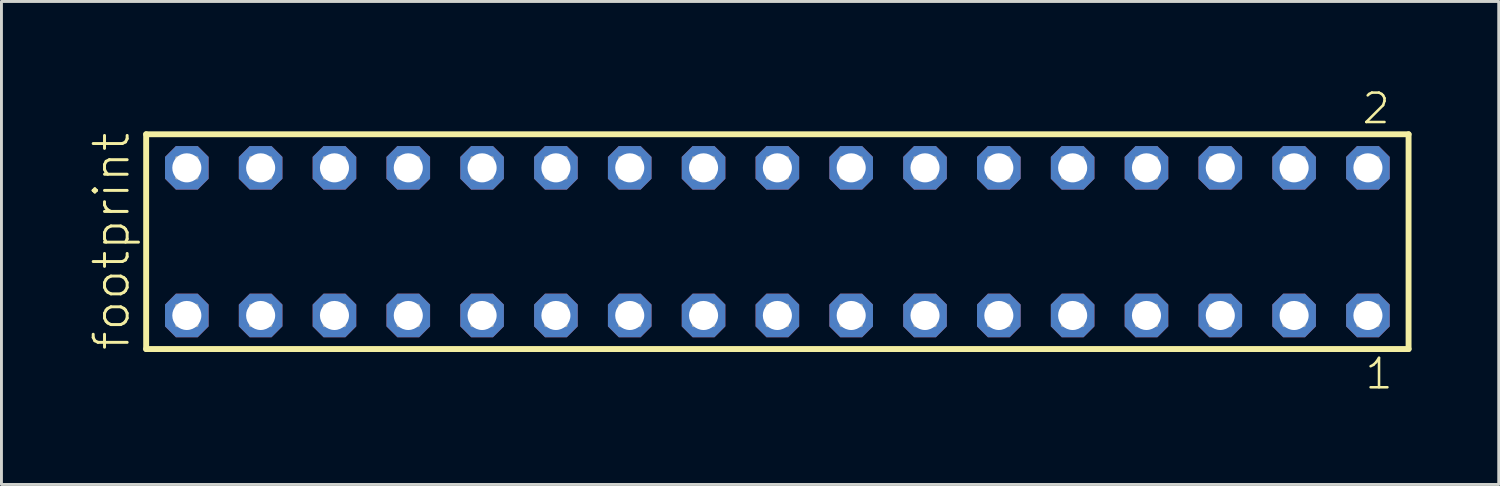
<source format=kicad_pcb>
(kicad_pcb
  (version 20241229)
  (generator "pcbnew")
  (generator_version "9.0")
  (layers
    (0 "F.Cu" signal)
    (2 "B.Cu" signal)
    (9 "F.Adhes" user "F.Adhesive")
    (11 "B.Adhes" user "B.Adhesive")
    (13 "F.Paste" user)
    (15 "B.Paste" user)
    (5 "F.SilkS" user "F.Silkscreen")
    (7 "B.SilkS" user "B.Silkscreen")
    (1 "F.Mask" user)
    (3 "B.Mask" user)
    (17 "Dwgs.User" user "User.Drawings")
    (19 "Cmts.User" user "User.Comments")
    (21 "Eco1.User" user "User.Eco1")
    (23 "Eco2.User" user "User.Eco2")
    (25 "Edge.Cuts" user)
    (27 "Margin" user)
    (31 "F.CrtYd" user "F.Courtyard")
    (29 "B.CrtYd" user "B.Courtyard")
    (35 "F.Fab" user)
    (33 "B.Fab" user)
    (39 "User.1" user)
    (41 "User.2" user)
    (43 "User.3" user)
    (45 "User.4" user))
  (footprint "footprint"
    (layer "F.Cu")
    (at 23.698 5.265)
    (property "Reference" "footprint" (at -22.225 3.81 90) (layer "F.SilkS") (effects (font (size 1.168 1.168) (thickness 0.102)) (justify left bottom)))
    (fp_line (start -21.719 -3.695) (end 21.719 -3.695) (stroke (width 0.203) (type solid)) (layer "F.SilkS"))
    (fp_line (start -21.719 3.695) (end -21.719 -3.695) (stroke (width 0.203) (type solid)) (layer "F.SilkS"))
    (fp_line (start 21.719 -3.695) (end 21.719 3.695) (stroke (width 0.203) (type solid)) (layer "F.SilkS"))
    (fp_line (start 21.719 3.695) (end -21.719 3.695) (stroke (width 0.203) (type solid)) (layer "F.SilkS"))
    (fp_poly (pts (xy -20.67 -2.19) (xy -19.97 -2.19) (xy -19.97 -2.89) (xy -20.67 -2.89)) (stroke (width 0.1) (type solid)) (fill no) (layer "F.Fab"))
    (fp_poly (pts (xy -20.67 2.89) (xy -19.97 2.89) (xy -19.97 2.19) (xy -20.67 2.19)) (stroke (width 0.1) (type solid)) (fill no) (layer "F.Fab"))
    (fp_poly (pts (xy -18.13 -2.19) (xy -17.43 -2.19) (xy -17.43 -2.89) (xy -18.13 -2.89)) (stroke (width 0.1) (type solid)) (fill no) (layer "F.Fab"))
    (fp_poly (pts (xy -18.13 2.89) (xy -17.43 2.89) (xy -17.43 2.19) (xy -18.13 2.19)) (stroke (width 0.1) (type solid)) (fill no) (layer "F.Fab"))
    (fp_poly (pts (xy -15.59 -2.19) (xy -14.89 -2.19) (xy -14.89 -2.89) (xy -15.59 -2.89)) (stroke (width 0.1) (type solid)) (fill no) (layer "F.Fab"))
    (fp_poly (pts (xy -15.59 2.89) (xy -14.89 2.89) (xy -14.89 2.19) (xy -15.59 2.19)) (stroke (width 0.1) (type solid)) (fill no) (layer "F.Fab"))
    (fp_poly (pts (xy -13.05 -2.19) (xy -12.35 -2.19) (xy -12.35 -2.89) (xy -13.05 -2.89)) (stroke (width 0.1) (type solid)) (fill no) (layer "F.Fab"))
    (fp_poly (pts (xy -13.05 2.89) (xy -12.35 2.89) (xy -12.35 2.19) (xy -13.05 2.19)) (stroke (width 0.1) (type solid)) (fill no) (layer "F.Fab"))
    (fp_poly (pts (xy -10.51 -2.19) (xy -9.81 -2.19) (xy -9.81 -2.89) (xy -10.51 -2.89)) (stroke (width 0.1) (type solid)) (fill no) (layer "F.Fab"))
    (fp_poly (pts (xy -10.51 2.89) (xy -9.81 2.89) (xy -9.81 2.19) (xy -10.51 2.19)) (stroke (width 0.1) (type solid)) (fill no) (layer "F.Fab"))
    (fp_poly (pts (xy -7.97 -2.19) (xy -7.27 -2.19) (xy -7.27 -2.89) (xy -7.97 -2.89)) (stroke (width 0.1) (type solid)) (fill no) (layer "F.Fab"))
    (fp_poly (pts (xy -7.97 2.89) (xy -7.27 2.89) (xy -7.27 2.19) (xy -7.97 2.19)) (stroke (width 0.1) (type solid)) (fill no) (layer "F.Fab"))
    (fp_poly (pts (xy -5.43 -2.19) (xy -4.73 -2.19) (xy -4.73 -2.89) (xy -5.43 -2.89)) (stroke (width 0.1) (type solid)) (fill no) (layer "F.Fab"))
    (fp_poly (pts (xy -5.43 2.89) (xy -4.73 2.89) (xy -4.73 2.19) (xy -5.43 2.19)) (stroke (width 0.1) (type solid)) (fill no) (layer "F.Fab"))
    (fp_poly (pts (xy -2.89 -2.19) (xy -2.19 -2.19) (xy -2.19 -2.89) (xy -2.89 -2.89)) (stroke (width 0.1) (type solid)) (fill no) (layer "F.Fab"))
    (fp_poly (pts (xy -2.89 2.89) (xy -2.19 2.89) (xy -2.19 2.19) (xy -2.89 2.19)) (stroke (width 0.1) (type solid)) (fill no) (layer "F.Fab"))
    (fp_poly (pts (xy -0.35 -2.19) (xy 0.35 -2.19) (xy 0.35 -2.89) (xy -0.35 -2.89)) (stroke (width 0.1) (type solid)) (fill no) (layer "F.Fab"))
    (fp_poly (pts (xy -0.35 2.89) (xy 0.35 2.89) (xy 0.35 2.19) (xy -0.35 2.19)) (stroke (width 0.1) (type solid)) (fill no) (layer "F.Fab"))
    (fp_poly (pts (xy 2.19 -2.19) (xy 2.89 -2.19) (xy 2.89 -2.89) (xy 2.19 -2.89)) (stroke (width 0.1) (type solid)) (fill no) (layer "F.Fab"))
    (fp_poly (pts (xy 2.19 2.89) (xy 2.89 2.89) (xy 2.89 2.19) (xy 2.19 2.19)) (stroke (width 0.1) (type solid)) (fill no) (layer "F.Fab"))
    (fp_poly (pts (xy 4.73 -2.19) (xy 5.43 -2.19) (xy 5.43 -2.89) (xy 4.73 -2.89)) (stroke (width 0.1) (type solid)) (fill no) (layer "F.Fab"))
    (fp_poly (pts (xy 4.73 2.89) (xy 5.43 2.89) (xy 5.43 2.19) (xy 4.73 2.19)) (stroke (width 0.1) (type solid)) (fill no) (layer "F.Fab"))
    (fp_poly (pts (xy 7.27 -2.19) (xy 7.97 -2.19) (xy 7.97 -2.89) (xy 7.27 -2.89)) (stroke (width 0.1) (type solid)) (fill no) (layer "F.Fab"))
    (fp_poly (pts (xy 7.27 2.89) (xy 7.97 2.89) (xy 7.97 2.19) (xy 7.27 2.19)) (stroke (width 0.1) (type solid)) (fill no) (layer "F.Fab"))
    (fp_poly (pts (xy 9.81 -2.19) (xy 10.51 -2.19) (xy 10.51 -2.89) (xy 9.81 -2.89)) (stroke (width 0.1) (type solid)) (fill no) (layer "F.Fab"))
    (fp_poly (pts (xy 9.81 2.89) (xy 10.51 2.89) (xy 10.51 2.19) (xy 9.81 2.19)) (stroke (width 0.1) (type solid)) (fill no) (layer "F.Fab"))
    (fp_poly (pts (xy 12.35 -2.19) (xy 13.05 -2.19) (xy 13.05 -2.89) (xy 12.35 -2.89)) (stroke (width 0.1) (type solid)) (fill no) (layer "F.Fab"))
    (fp_poly (pts (xy 12.35 2.89) (xy 13.05 2.89) (xy 13.05 2.19) (xy 12.35 2.19)) (stroke (width 0.1) (type solid)) (fill no) (layer "F.Fab"))
    (fp_poly (pts (xy 14.89 -2.19) (xy 15.59 -2.19) (xy 15.59 -2.89) (xy 14.89 -2.89)) (stroke (width 0.1) (type solid)) (fill no) (layer "F.Fab"))
    (fp_poly (pts (xy 14.89 2.89) (xy 15.59 2.89) (xy 15.59 2.19) (xy 14.89 2.19)) (stroke (width 0.1) (type solid)) (fill no) (layer "F.Fab"))
    (fp_poly (pts (xy 17.43 -2.19) (xy 18.13 -2.19) (xy 18.13 -2.89) (xy 17.43 -2.89)) (stroke (width 0.1) (type solid)) (fill no) (layer "F.Fab"))
    (fp_poly (pts (xy 17.43 2.89) (xy 18.13 2.89) (xy 18.13 2.19) (xy 17.43 2.19)) (stroke (width 0.1) (type solid)) (fill no) (layer "F.Fab"))
    (fp_poly (pts (xy 19.97 -2.19) (xy 20.67 -2.19) (xy 20.67 -2.89) (xy 19.97 -2.89)) (stroke (width 0.1) (type solid)) (fill no) (layer "F.Fab"))
    (fp_poly (pts (xy 19.97 2.89) (xy 20.67 2.89) (xy 20.67 2.19) (xy 19.97 2.19)) (stroke (width 0.1) (type solid)) (fill no) (layer "F.Fab"))
    (fp_text user "2" (at 20.062 -3.989 0) (layer "F.SilkS") (effects (font (size 1.012 1.012) (thickness 0.088)) (justify left bottom)))
    (fp_text user "1" (at 20.162 5.138 0) (layer "F.SilkS") (effects (font (size 1.012 1.012) (thickness 0.088)) (justify left bottom)))
    (pad "1" thru_hole roundrect (at 20.32 2.54 180) (size 1.5 1.5) (drill 1) (layers "*.Cu" "*.Mask") (roundrect_rratio 0.25) (chamfer_ratio 0.25) (chamfer top_left top_right bottom_left bottom_right))
    (pad "2" thru_hole roundrect (at 20.32 -2.54 180) (size 1.5 1.5) (drill 1) (layers "*.Cu" "*.Mask") (roundrect_rratio 0.25) (chamfer_ratio 0.25) (chamfer top_left top_right bottom_left bottom_right))
    (pad "3" thru_hole roundrect (at 17.78 2.54 180) (size 1.5 1.5) (drill 1) (layers "*.Cu" "*.Mask") (roundrect_rratio 0.25) (chamfer_ratio 0.25) (chamfer top_left top_right bottom_left bottom_right))
    (pad "4" thru_hole roundrect (at 17.78 -2.54 180) (size 1.5 1.5) (drill 1) (layers "*.Cu" "*.Mask") (roundrect_rratio 0.25) (chamfer_ratio 0.25) (chamfer top_left top_right bottom_left bottom_right))
    (pad "5" thru_hole roundrect (at 15.24 2.54 180) (size 1.5 1.5) (drill 1) (layers "*.Cu" "*.Mask") (roundrect_rratio 0.25) (chamfer_ratio 0.25) (chamfer top_left top_right bottom_left bottom_right))
    (pad "6" thru_hole roundrect (at 15.24 -2.54 180) (size 1.5 1.5) (drill 1) (layers "*.Cu" "*.Mask") (roundrect_rratio 0.25) (chamfer_ratio 0.25) (chamfer top_left top_right bottom_left bottom_right))
    (pad "7" thru_hole roundrect (at 12.7 2.54 180) (size 1.5 1.5) (drill 1) (layers "*.Cu" "*.Mask") (roundrect_rratio 0.25) (chamfer_ratio 0.25) (chamfer top_left top_right bottom_left bottom_right))
    (pad "8" thru_hole roundrect (at 12.7 -2.54 180) (size 1.5 1.5) (drill 1) (layers "*.Cu" "*.Mask") (roundrect_rratio 0.25) (chamfer_ratio 0.25) (chamfer top_left top_right bottom_left bottom_right))
    (pad "9" thru_hole roundrect (at 10.16 2.54 180) (size 1.5 1.5) (drill 1) (layers "*.Cu" "*.Mask") (roundrect_rratio 0.25) (chamfer_ratio 0.25) (chamfer top_left top_right bottom_left bottom_right))
    (pad "10" thru_hole roundrect (at 10.16 -2.54 180) (size 1.5 1.5) (drill 1) (layers "*.Cu" "*.Mask") (roundrect_rratio 0.25) (chamfer_ratio 0.25) (chamfer top_left top_right bottom_left bottom_right))
    (pad "11" thru_hole roundrect (at 7.62 2.54 180) (size 1.5 1.5) (drill 1) (layers "*.Cu" "*.Mask") (roundrect_rratio 0.25) (chamfer_ratio 0.25) (chamfer top_left top_right bottom_left bottom_right))
    (pad "12" thru_hole roundrect (at 7.62 -2.54 180) (size 1.5 1.5) (drill 1) (layers "*.Cu" "*.Mask") (roundrect_rratio 0.25) (chamfer_ratio 0.25) (chamfer top_left top_right bottom_left bottom_right))
    (pad "13" thru_hole roundrect (at 5.08 2.54 180) (size 1.5 1.5) (drill 1) (layers "*.Cu" "*.Mask") (roundrect_rratio 0.25) (chamfer_ratio 0.25) (chamfer top_left top_right bottom_left bottom_right))
    (pad "14" thru_hole roundrect (at 5.08 -2.54 180) (size 1.5 1.5) (drill 1) (layers "*.Cu" "*.Mask") (roundrect_rratio 0.25) (chamfer_ratio 0.25) (chamfer top_left top_right bottom_left bottom_right))
    (pad "15" thru_hole roundrect (at 2.54 2.54 180) (size 1.5 1.5) (drill 1) (layers "*.Cu" "*.Mask") (roundrect_rratio 0.25) (chamfer_ratio 0.25) (chamfer top_left top_right bottom_left bottom_right))
    (pad "16" thru_hole roundrect (at 2.54 -2.54 180) (size 1.5 1.5) (drill 1) (layers "*.Cu" "*.Mask") (roundrect_rratio 0.25) (chamfer_ratio 0.25) (chamfer top_left top_right bottom_left bottom_right))
    (pad "17" thru_hole roundrect (at 0 2.54 180) (size 1.5 1.5) (drill 1) (layers "*.Cu" "*.Mask") (roundrect_rratio 0.25) (chamfer_ratio 0.25) (chamfer top_left top_right bottom_left bottom_right))
    (pad "18" thru_hole roundrect (at 0 -2.54 180) (size 1.5 1.5) (drill 1) (layers "*.Cu" "*.Mask") (roundrect_rratio 0.25) (chamfer_ratio 0.25) (chamfer top_left top_right bottom_left bottom_right))
    (pad "19" thru_hole roundrect (at -2.54 2.54 180) (size 1.5 1.5) (drill 1) (layers "*.Cu" "*.Mask") (roundrect_rratio 0.25) (chamfer_ratio 0.25) (chamfer top_left top_right bottom_left bottom_right))
    (pad "20" thru_hole roundrect (at -2.54 -2.54 180) (size 1.5 1.5) (drill 1) (layers "*.Cu" "*.Mask") (roundrect_rratio 0.25) (chamfer_ratio 0.25) (chamfer top_left top_right bottom_left bottom_right))
    (pad "21" thru_hole roundrect (at -5.08 2.54 180) (size 1.5 1.5) (drill 1) (layers "*.Cu" "*.Mask") (roundrect_rratio 0.25) (chamfer_ratio 0.25) (chamfer top_left top_right bottom_left bottom_right))
    (pad "22" thru_hole roundrect (at -5.08 -2.54 180) (size 1.5 1.5) (drill 1) (layers "*.Cu" "*.Mask") (roundrect_rratio 0.25) (chamfer_ratio 0.25) (chamfer top_left top_right bottom_left bottom_right))
    (pad "23" thru_hole roundrect (at -7.62 2.54 180) (size 1.5 1.5) (drill 1) (layers "*.Cu" "*.Mask") (roundrect_rratio 0.25) (chamfer_ratio 0.25) (chamfer top_left top_right bottom_left bottom_right))
    (pad "24" thru_hole roundrect (at -7.62 -2.54 180) (size 1.5 1.5) (drill 1) (layers "*.Cu" "*.Mask") (roundrect_rratio 0.25) (chamfer_ratio 0.25) (chamfer top_left top_right bottom_left bottom_right))
    (pad "25" thru_hole roundrect (at -10.16 2.54 180) (size 1.5 1.5) (drill 1) (layers "*.Cu" "*.Mask") (roundrect_rratio 0.25) (chamfer_ratio 0.25) (chamfer top_left top_right bottom_left bottom_right))
    (pad "26" thru_hole roundrect (at -10.16 -2.54 180) (size 1.5 1.5) (drill 1) (layers "*.Cu" "*.Mask") (roundrect_rratio 0.25) (chamfer_ratio 0.25) (chamfer top_left top_right bottom_left bottom_right))
    (pad "27" thru_hole roundrect (at -12.7 2.54 180) (size 1.5 1.5) (drill 1) (layers "*.Cu" "*.Mask") (roundrect_rratio 0.25) (chamfer_ratio 0.25) (chamfer top_left top_right bottom_left bottom_right))
    (pad "28" thru_hole roundrect (at -12.7 -2.54 180) (size 1.5 1.5) (drill 1) (layers "*.Cu" "*.Mask") (roundrect_rratio 0.25) (chamfer_ratio 0.25) (chamfer top_left top_right bottom_left bottom_right))
    (pad "29" thru_hole roundrect (at -15.24 2.54 180) (size 1.5 1.5) (drill 1) (layers "*.Cu" "*.Mask") (roundrect_rratio 0.25) (chamfer_ratio 0.25) (chamfer top_left top_right bottom_left bottom_right))
    (pad "30" thru_hole roundrect (at -15.24 -2.54 180) (size 1.5 1.5) (drill 1) (layers "*.Cu" "*.Mask") (roundrect_rratio 0.25) (chamfer_ratio 0.25) (chamfer top_left top_right bottom_left bottom_right))
    (pad "31" thru_hole roundrect (at -17.78 2.54 180) (size 1.5 1.5) (drill 1) (layers "*.Cu" "*.Mask") (roundrect_rratio 0.25) (chamfer_ratio 0.25) (chamfer top_left top_right bottom_left bottom_right))
    (pad "32" thru_hole roundrect (at -17.78 -2.54 180) (size 1.5 1.5) (drill 1) (layers "*.Cu" "*.Mask") (roundrect_rratio 0.25) (chamfer_ratio 0.25) (chamfer top_left top_right bottom_left bottom_right))
    (pad "33" thru_hole roundrect (at -20.32 2.54 180) (size 1.5 1.5) (drill 1) (layers "*.Cu" "*.Mask") (roundrect_rratio 0.25) (chamfer_ratio 0.25) (chamfer top_left top_right bottom_left bottom_right))
    (pad "34" thru_hole roundrect (at -20.32 -2.54 180) (size 1.5 1.5) (drill 1) (layers "*.Cu" "*.Mask") (roundrect_rratio 0.25) (chamfer_ratio 0.25) (chamfer top_left top_right bottom_left bottom_right)))
  (gr_rect
    (start -3 -3)
    (end 48.519 13.62)
    (stroke (width 0.1) (type default))
    (fill no)
    (layer "Edge.Cuts")))
</source>
